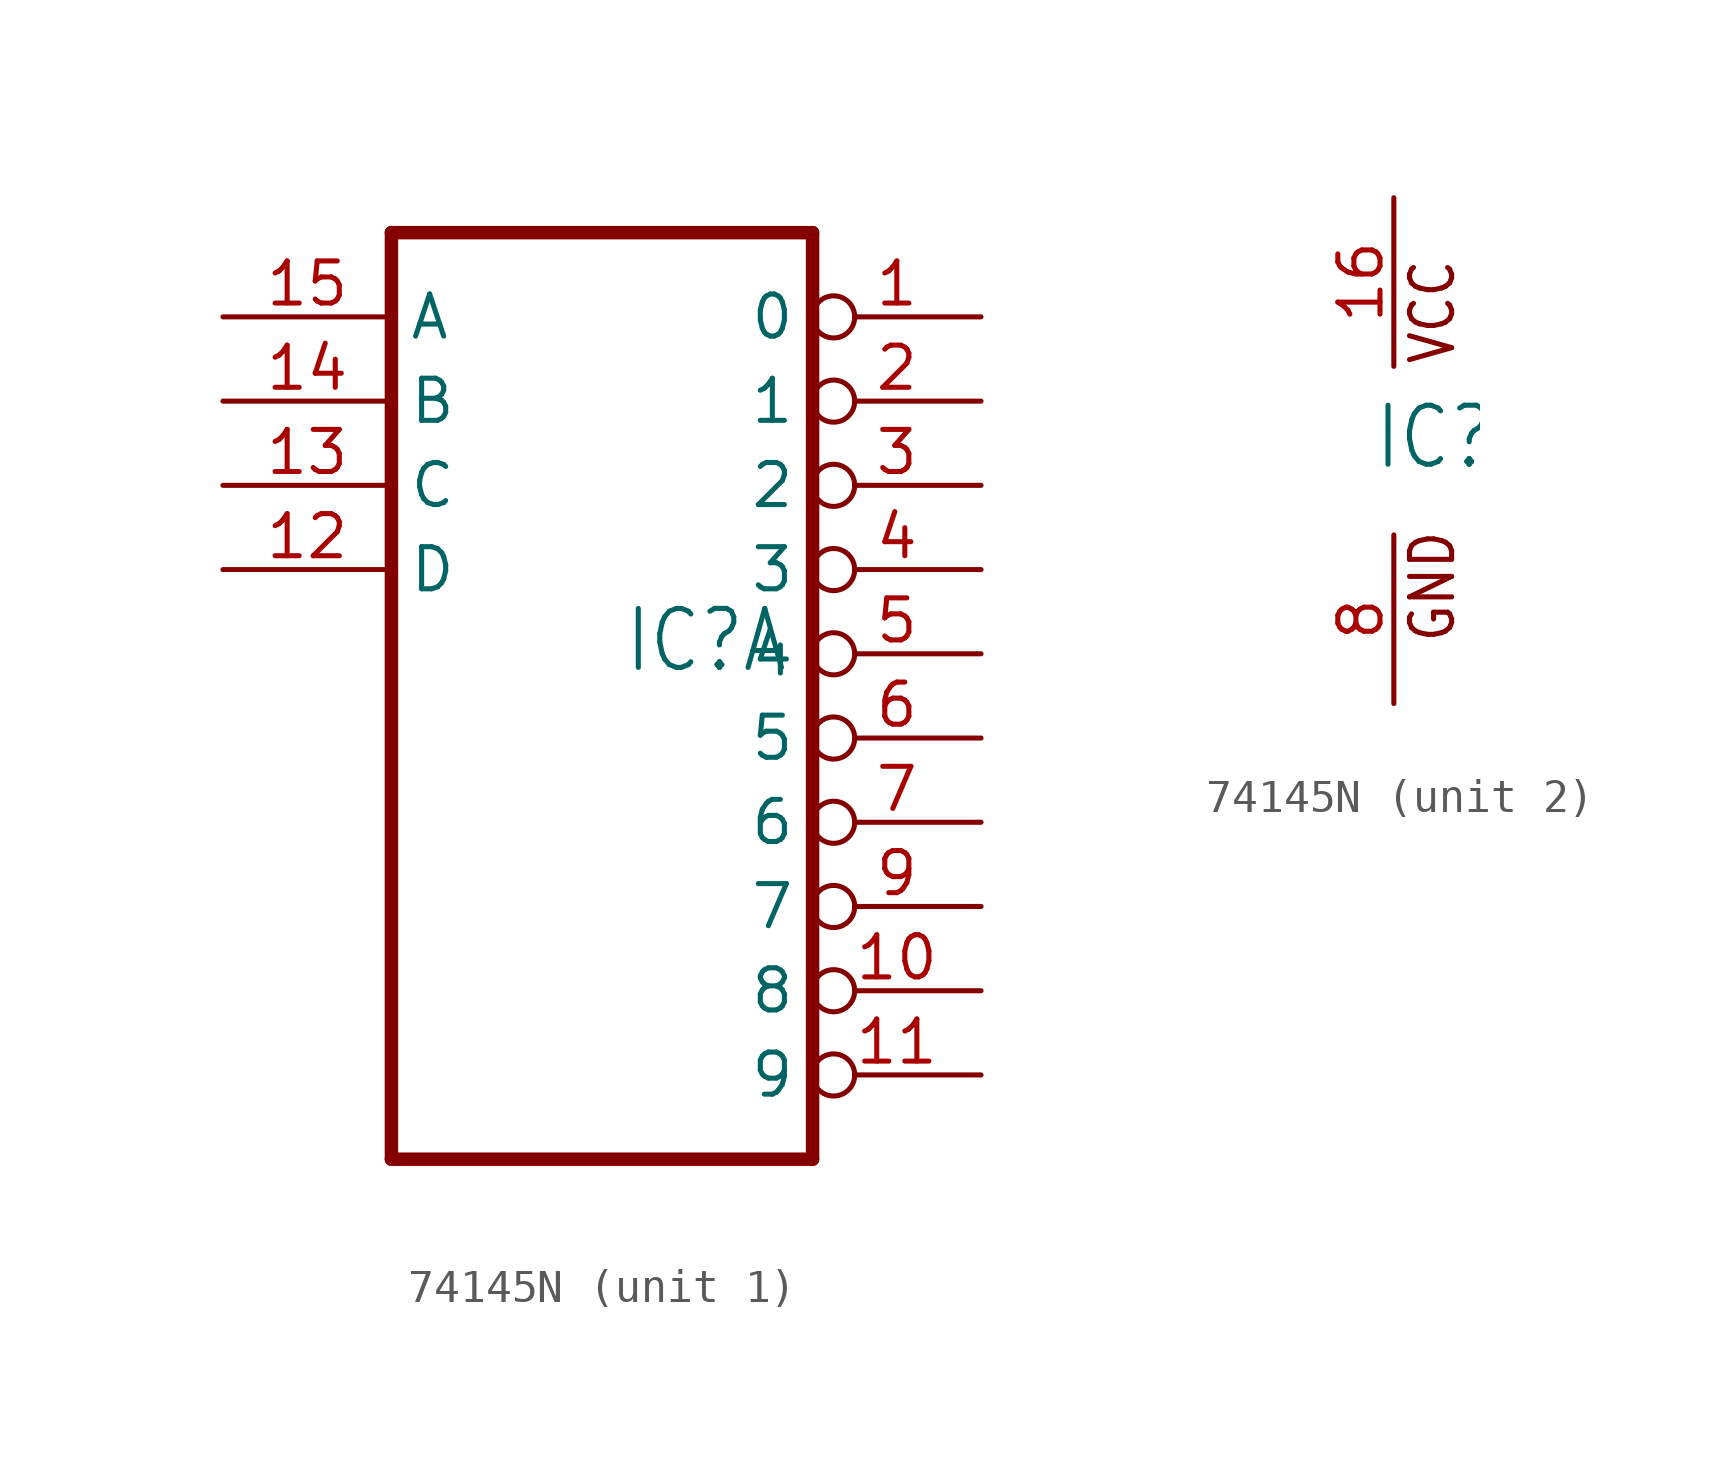
<source format=kicad_sym>
(kicad_symbol_lib
  (version 20220914)
  (generator kicad_symbol_editor)
  (symbol "74145N"
    (property "Reference" "IC"
      (at -0.635 -0.635 0)
      (effects (font (size 1.778 1.511)) (justify left bottom)))
    (property "ki_locked" ""
      (at 0 0 0)
      (effects (font (size 1.27 1.27))))
    (symbol "74145N_1_0"
      (polyline (pts (xy -7.62 -15.24) (xy 5.08 -15.24)) (stroke (width 0.406) (type solid)) (fill (type none)))
      (polyline (pts (xy -7.62 12.7) (xy -7.62 -15.24)) (stroke (width 0.406) (type solid)) (fill (type none)))
      (polyline (pts (xy 5.08 -15.24) (xy 5.08 12.7)) (stroke (width 0.406) (type solid)) (fill (type none)))
      (polyline (pts (xy 5.08 12.7) (xy -7.62 12.7)) (stroke (width 0.406) (type solid)) (fill (type none)))
      (pin output inverted (at 10.16 10.16 180) (length 5.08) (name "0" (effects (font (size 1.27 1.27)))) (number "1" (effects (font (size 1.27 1.27)))))
      (pin output inverted (at 10.16 -10.16 180) (length 5.08) (name "8" (effects (font (size 1.27 1.27)))) (number "10" (effects (font (size 1.27 1.27)))))
      (pin output inverted (at 10.16 -12.7 180) (length 5.08) (name "9" (effects (font (size 1.27 1.27)))) (number "11" (effects (font (size 1.27 1.27)))))
      (pin input line (at -12.7 2.54 0) (length 5.08) (name "D" (effects (font (size 1.27 1.27)))) (number "12" (effects (font (size 1.27 1.27)))))
      (pin input line (at -12.7 5.08 0) (length 5.08) (name "C" (effects (font (size 1.27 1.27)))) (number "13" (effects (font (size 1.27 1.27)))))
      (pin input line (at -12.7 7.62 0) (length 5.08) (name "B" (effects (font (size 1.27 1.27)))) (number "14" (effects (font (size 1.27 1.27)))))
      (pin input line (at -12.7 10.16 0) (length 5.08) (name "A" (effects (font (size 1.27 1.27)))) (number "15" (effects (font (size 1.27 1.27)))))
      (pin output inverted (at 10.16 7.62 180) (length 5.08) (name "1" (effects (font (size 1.27 1.27)))) (number "2" (effects (font (size 1.27 1.27)))))
      (pin output inverted (at 10.16 5.08 180) (length 5.08) (name "2" (effects (font (size 1.27 1.27)))) (number "3" (effects (font (size 1.27 1.27)))))
      (pin output inverted (at 10.16 2.54 180) (length 5.08) (name "3" (effects (font (size 1.27 1.27)))) (number "4" (effects (font (size 1.27 1.27)))))
      (pin output inverted (at 10.16 0 180) (length 5.08) (name "4" (effects (font (size 1.27 1.27)))) (number "5" (effects (font (size 1.27 1.27)))))
      (pin output inverted (at 10.16 -2.54 180) (length 5.08) (name "5" (effects (font (size 1.27 1.27)))) (number "6" (effects (font (size 1.27 1.27)))))
      (pin output inverted (at 10.16 -5.08 180) (length 5.08) (name "6" (effects (font (size 1.27 1.27)))) (number "7" (effects (font (size 1.27 1.27)))))
      (pin output inverted (at 10.16 -7.62 180) (length 5.08) (name "7" (effects (font (size 1.27 1.27)))) (number "9" (effects (font (size 1.27 1.27))))))
    (symbol "74145N_2_0"
      (text "GND" (at 1.905 -5.842 900) (effects (font (size 1.27 1.079)) (justify left bottom)))
      (text "VCC" (at 1.905 2.54 900) (effects (font (size 1.27 1.079)) (justify left bottom)))
      (pin power_in line (at 0 7.62 270) (length 5.08) (name "VCC" (effects (font (size 0 0)))) (number "16" (effects (font (size 1.27 1.27)))))
      (pin power_in line (at 0 -7.62 90) (length 5.08) (name "GND" (effects (font (size 0 0)))) (number "8" (effects (font (size 1.27 1.27))))))))
</source>
